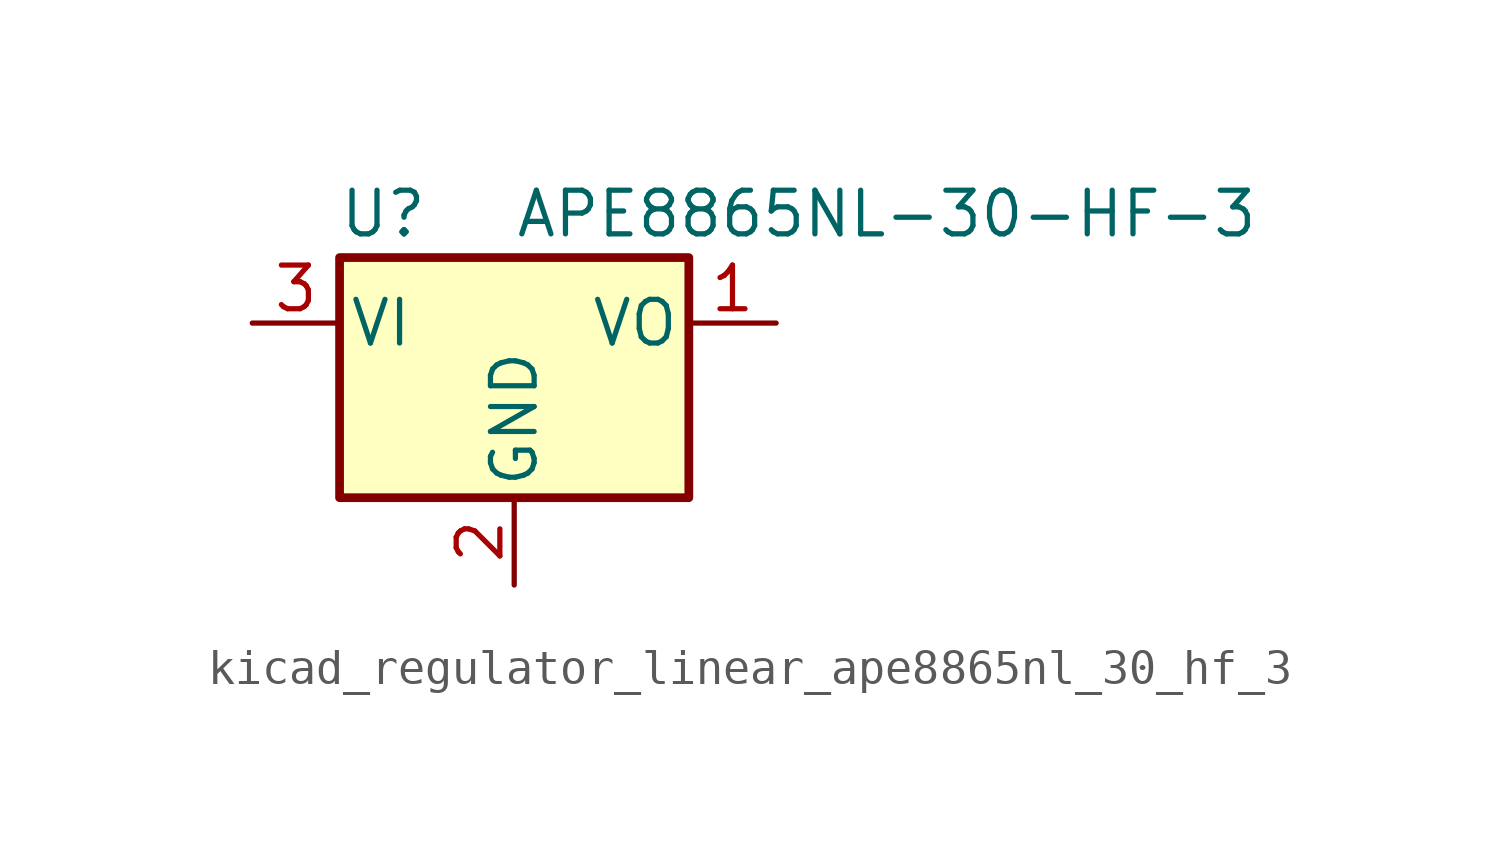
<source format=kicad_sym>
(kicad_symbol_lib
  (version 20220914)
  (generator kicad_symbol_editor)
  (symbol "kicad_regulator_linear_ape8865nl_30_hf_3"
    (pin_names
      (offset 0.254))
    (property "Reference" "U"
      (at -3.81 3.175 0)
      (effects (font (size 1.27 1.27))))
    (property "Value" "APE8865NL-30-HF-3"
      (at 0 3.175 0)
      (effects (font (size 1.27 1.27)) (justify left)))
    (symbol "kicad_regulator_linear_ape8865nl_30_hf_3_0_1"
      (rectangle (start -5.08 1.905) (end 5.08 -5.08) (stroke (width 0.254) (type default)) (fill (type background))))
    (symbol "kicad_regulator_linear_ape8865nl_30_hf_3_1_1"
      (pin power_out line (at 7.62 0 180) (length 2.54) (name "VO" (effects (font (size 1.27 1.27)))) (number "1" (effects (font (size 1.27 1.27)))))
      (pin power_in line (at 0 -7.62 90) (length 2.54) (name "GND" (effects (font (size 1.27 1.27)))) (number "2" (effects (font (size 1.27 1.27)))))
      (pin power_in line (at -7.62 0 0) (length 2.54) (name "VI" (effects (font (size 1.27 1.27)))) (number "3" (effects (font (size 1.27 1.27))))))))
</source>
